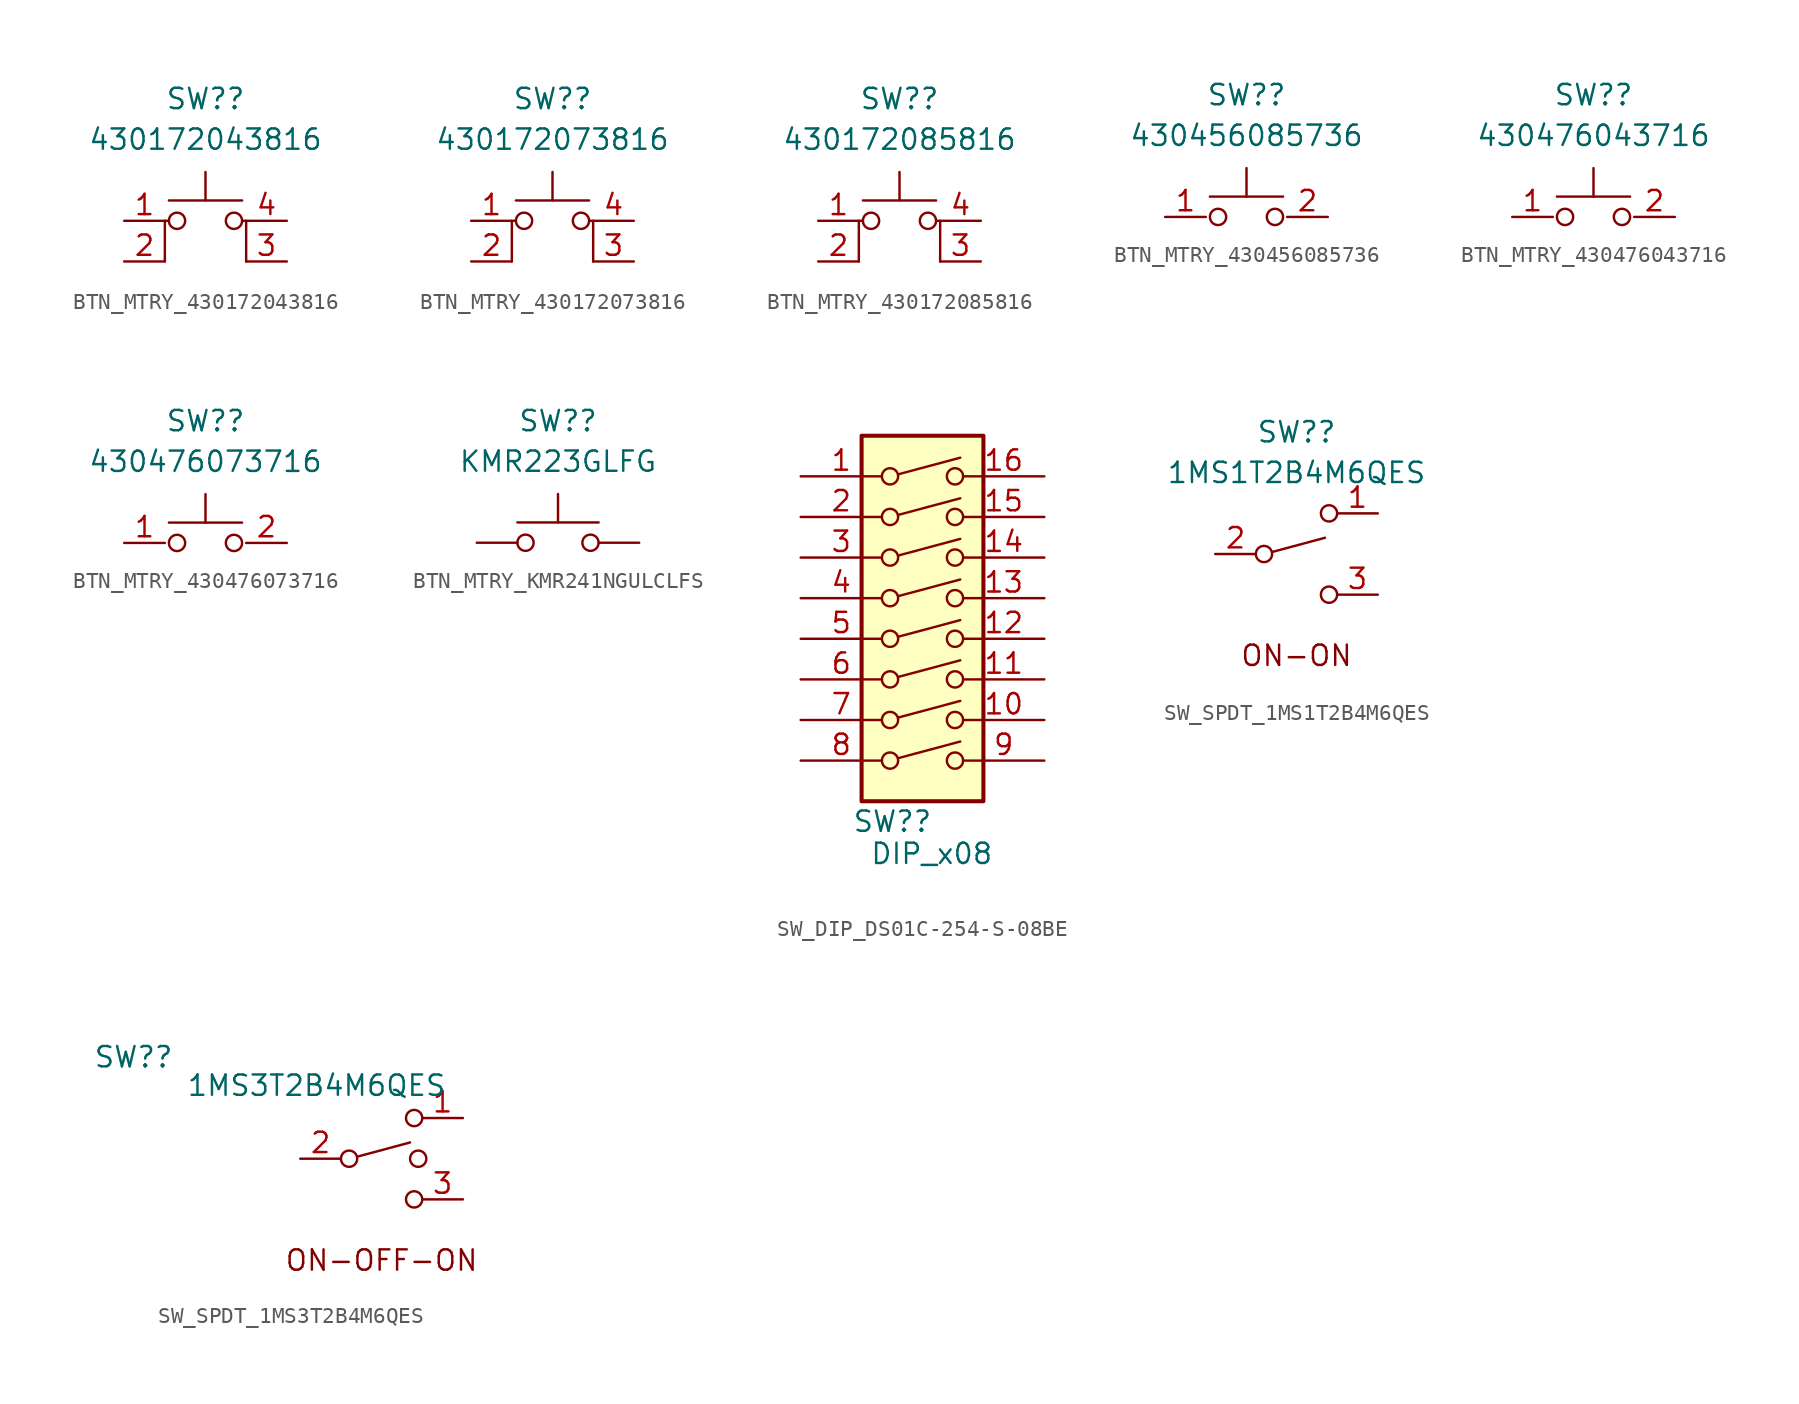
<source format=kicad_sym>
(kicad_symbol_lib
  (version 20231120)
  (generator "kicad_symbol_editor")
  (generator_version "8.0")
  (symbol "BTN_MTRY_430172043816"
    (property "Reference" "SW?"
      (at 0 8.89 0)
      (effects (font (size 1.27 1.27))))
    (property "Value" "430172043816"
      (at 0 6.35 0)
      (effects (font (size 1.27 1.27))))
    (symbol "BTN_MTRY_430172043816_0_1"
      (circle (center -1.778 1.27) (radius 0.508) (stroke (width 0) (type default)) (fill (type none)))
      (polyline (pts (xy -2.286 2.54) (xy 2.286 2.54)) (stroke (width 0) (type default)) (fill (type none)))
      (polyline (pts (xy 0 2.54) (xy 0 4.318)) (stroke (width 0) (type default)) (fill (type none)))
      (polyline (pts (xy -2.54 -1.27) (xy -2.54 1.27) (xy -2.286 1.27)) (stroke (width 0) (type default)) (fill (type none)))
      (polyline (pts (xy 2.54 -1.27) (xy 2.54 1.27) (xy 2.286 1.27)) (stroke (width 0) (type default)) (fill (type none)))
      (circle (center 1.778 1.27) (radius 0.508) (stroke (width 0) (type default)) (fill (type none))))
    (symbol "BTN_MTRY_430172043816_1_1"
      (pin passive line (at -5.08 1.27 0) (length 2.54) (name "" (effects (font (size 1.27 1.27)))) (number "1" (effects (font (size 1.27 1.27)))))
      (pin passive line (at -5.08 -1.27 0) (length 2.54) (name "" (effects (font (size 1.27 1.27)))) (number "2" (effects (font (size 1.27 1.27)))))
      (pin passive line (at 5.08 -1.27 180) (length 2.54) (name "" (effects (font (size 1.27 1.27)))) (number "3" (effects (font (size 1.27 1.27)))))
      (pin passive line (at 5.08 1.27 180) (length 2.54) (name "" (effects (font (size 1.27 1.27)))) (number "4" (effects (font (size 1.27 1.27)))))))
  (symbol "BTN_MTRY_430172073816"
    (property "Reference" "SW?"
      (at 0 8.89 0)
      (effects (font (size 1.27 1.27))))
    (property "Value" "430172073816"
      (at 0 6.35 0)
      (effects (font (size 1.27 1.27))))
    (symbol "BTN_MTRY_430172073816_0_1"
      (circle (center -1.778 1.27) (radius 0.508) (stroke (width 0) (type default)) (fill (type none)))
      (polyline (pts (xy -2.286 2.54) (xy 2.286 2.54)) (stroke (width 0) (type default)) (fill (type none)))
      (polyline (pts (xy 0 2.54) (xy 0 4.318)) (stroke (width 0) (type default)) (fill (type none)))
      (polyline (pts (xy -2.54 -1.27) (xy -2.54 1.27) (xy -2.286 1.27)) (stroke (width 0) (type default)) (fill (type none)))
      (polyline (pts (xy 2.54 -1.27) (xy 2.54 1.27) (xy 2.286 1.27)) (stroke (width 0) (type default)) (fill (type none)))
      (circle (center 1.778 1.27) (radius 0.508) (stroke (width 0) (type default)) (fill (type none))))
    (symbol "BTN_MTRY_430172073816_1_1"
      (pin passive line (at -5.08 1.27 0) (length 2.54) (name "" (effects (font (size 1.27 1.27)))) (number "1" (effects (font (size 1.27 1.27)))))
      (pin passive line (at -5.08 -1.27 0) (length 2.54) (name "" (effects (font (size 1.27 1.27)))) (number "2" (effects (font (size 1.27 1.27)))))
      (pin passive line (at 5.08 -1.27 180) (length 2.54) (name "" (effects (font (size 1.27 1.27)))) (number "3" (effects (font (size 1.27 1.27)))))
      (pin passive line (at 5.08 1.27 180) (length 2.54) (name "" (effects (font (size 1.27 1.27)))) (number "4" (effects (font (size 1.27 1.27)))))))
  (symbol "BTN_MTRY_430172085816"
    (property "Reference" "SW?"
      (at 0 8.89 0)
      (effects (font (size 1.27 1.27))))
    (property "Value" "430172085816"
      (at 0 6.35 0)
      (effects (font (size 1.27 1.27))))
    (symbol "BTN_MTRY_430172085816_0_1"
      (circle (center -1.778 1.27) (radius 0.508) (stroke (width 0) (type default)) (fill (type none)))
      (polyline (pts (xy -2.286 2.54) (xy 2.286 2.54)) (stroke (width 0) (type default)) (fill (type none)))
      (polyline (pts (xy 0 2.54) (xy 0 4.318)) (stroke (width 0) (type default)) (fill (type none)))
      (polyline (pts (xy -2.54 -1.27) (xy -2.54 1.27) (xy -2.286 1.27)) (stroke (width 0) (type default)) (fill (type none)))
      (polyline (pts (xy 2.54 -1.27) (xy 2.54 1.27) (xy 2.286 1.27)) (stroke (width 0) (type default)) (fill (type none)))
      (circle (center 1.778 1.27) (radius 0.508) (stroke (width 0) (type default)) (fill (type none))))
    (symbol "BTN_MTRY_430172085816_1_1"
      (pin passive line (at -5.08 1.27 0) (length 2.54) (name "" (effects (font (size 1.27 1.27)))) (number "1" (effects (font (size 1.27 1.27)))))
      (pin passive line (at -5.08 -1.27 0) (length 2.54) (name "" (effects (font (size 1.27 1.27)))) (number "2" (effects (font (size 1.27 1.27)))))
      (pin passive line (at 5.08 -1.27 180) (length 2.54) (name "" (effects (font (size 1.27 1.27)))) (number "3" (effects (font (size 1.27 1.27)))))
      (pin passive line (at 5.08 1.27 180) (length 2.54) (name "" (effects (font (size 1.27 1.27)))) (number "4" (effects (font (size 1.27 1.27)))))))
  (symbol "BTN_MTRY_430456085736"
    (property "Reference" "SW?"
      (at 0 8.89 0)
      (effects (font (size 1.27 1.27))))
    (property "Value" "430456085736"
      (at 0 6.35 0)
      (effects (font (size 1.27 1.27))))
    (symbol "BTN_MTRY_430456085736_0_1"
      (circle (center -1.778 1.27) (radius 0.508) (stroke (width 0) (type default)) (fill (type none)))
      (polyline (pts (xy -2.286 2.54) (xy 2.286 2.54)) (stroke (width 0) (type default)) (fill (type none)))
      (polyline (pts (xy 0 2.54) (xy 0 4.318)) (stroke (width 0) (type default)) (fill (type none)))
      (circle (center 1.778 1.27) (radius 0.508) (stroke (width 0) (type default)) (fill (type none))))
    (symbol "BTN_MTRY_430456085736_1_1"
      (pin passive line (at -5.08 1.27 0) (length 2.54) (name "" (effects (font (size 1.27 1.27)))) (number "1" (effects (font (size 1.27 1.27)))))
      (pin passive line (at 5.08 1.27 180) (length 2.54) (name "" (effects (font (size 1.27 1.27)))) (number "2" (effects (font (size 1.27 1.27)))))))
  (symbol "BTN_MTRY_430476043716"
    (property "Reference" "SW?"
      (at 0 8.89 0)
      (effects (font (size 1.27 1.27))))
    (property "Value" "430476043716"
      (at 0 6.35 0)
      (effects (font (size 1.27 1.27))))
    (symbol "BTN_MTRY_430476043716_0_1"
      (circle (center -1.778 1.27) (radius 0.508) (stroke (width 0) (type default)) (fill (type none)))
      (polyline (pts (xy -2.286 2.54) (xy 2.286 2.54)) (stroke (width 0) (type default)) (fill (type none)))
      (polyline (pts (xy 0 2.54) (xy 0 4.318)) (stroke (width 0) (type default)) (fill (type none)))
      (circle (center 1.778 1.27) (radius 0.508) (stroke (width 0) (type default)) (fill (type none))))
    (symbol "BTN_MTRY_430476043716_1_1"
      (pin passive line (at -5.08 1.27 0) (length 2.54) (name "" (effects (font (size 1.27 1.27)))) (number "1" (effects (font (size 1.27 1.27)))))
      (pin passive line (at 5.08 1.27 180) (length 2.54) (name "" (effects (font (size 1.27 1.27)))) (number "2" (effects (font (size 1.27 1.27)))))))
  (symbol "BTN_MTRY_430476073716"
    (property "Reference" "SW?"
      (at 0 8.89 0)
      (effects (font (size 1.27 1.27))))
    (property "Value" "430476073716"
      (at 0 6.35 0)
      (effects (font (size 1.27 1.27))))
    (symbol "BTN_MTRY_430476073716_0_1"
      (circle (center -1.778 1.27) (radius 0.508) (stroke (width 0) (type default)) (fill (type none)))
      (polyline (pts (xy -2.286 2.54) (xy 2.286 2.54)) (stroke (width 0) (type default)) (fill (type none)))
      (polyline (pts (xy 0 2.54) (xy 0 4.318)) (stroke (width 0) (type default)) (fill (type none)))
      (circle (center 1.778 1.27) (radius 0.508) (stroke (width 0) (type default)) (fill (type none))))
    (symbol "BTN_MTRY_430476073716_1_1"
      (pin passive line (at -5.08 1.27 0) (length 2.54) (name "" (effects (font (size 1.27 1.27)))) (number "1" (effects (font (size 1.27 1.27)))))
      (pin passive line (at 5.08 1.27 180) (length 2.54) (name "" (effects (font (size 1.27 1.27)))) (number "2" (effects (font (size 1.27 1.27)))))))
  (symbol "BTN_MTRY_KMR241NGULCLFS"
    (pin_numbers hide)
    (pin_names
      (offset 1.016) hide)
    (property "Reference" "SW?"
      (at 0 7.62 0)
      (effects (font (size 1.27 1.27))))
    (property "Value" "KMR223GLFG"
      (at 0 5.08 0)
      (effects (font (size 1.27 1.27))))
    (symbol "BTN_MTRY_KMR241NGULCLFS_0_1"
      (circle (center -2.032 0) (radius 0.508) (stroke (width 0) (type default)) (fill (type none)))
      (polyline (pts (xy 0 1.27) (xy 0 3.048)) (stroke (width 0) (type default)) (fill (type none)))
      (polyline (pts (xy 2.54 1.27) (xy -2.54 1.27)) (stroke (width 0) (type default)) (fill (type none)))
      (circle (center 2.032 0) (radius 0.508) (stroke (width 0) (type default)) (fill (type none)))
      (pin passive line (at -5.08 0 0) (length 2.54) (name "1" (effects (font (size 1.27 1.27)))) (number "1" (effects (font (size 1.27 1.27)))))
      (pin passive line (at 5.08 0 180) (length 2.54) (name "2" (effects (font (size 1.27 1.27)))) (number "2" (effects (font (size 1.27 1.27)))))))
  (symbol "SW_DIP_DS01C-254-S-08BE"
    (pin_names
      (offset 0) hide)
    (property "Reference" "SW?"
      (at 0.635 -11.43 0)
      (effects (font (size 1.27 1.27)) (justify right)))
    (property "Value" "DIP_x08"
      (at -3.302 -12.7 0)
      (effects (font (size 1.27 1.27)) (justify left top)))
    (symbol "SW_DIP_DS01C-254-S-08BE_0_0"
      (circle (center -2.032 -7.62) (radius 0.508) (stroke (width 0) (type default)) (fill (type none)))
      (circle (center -2.032 -5.08) (radius 0.508) (stroke (width 0) (type default)) (fill (type none)))
      (circle (center -2.032 -2.54) (radius 0.508) (stroke (width 0) (type default)) (fill (type none)))
      (circle (center -2.032 0) (radius 0.508) (stroke (width 0) (type default)) (fill (type none)))
      (circle (center -2.032 2.54) (radius 0.508) (stroke (width 0) (type default)) (fill (type none)))
      (circle (center -2.032 5.08) (radius 0.508) (stroke (width 0) (type default)) (fill (type none)))
      (circle (center -2.032 7.62) (radius 0.508) (stroke (width 0) (type default)) (fill (type none)))
      (circle (center -2.032 10.16) (radius 0.508) (stroke (width 0) (type default)) (fill (type none)))
      (polyline (pts (xy -1.524 -7.468) (xy 2.362 -6.426)) (stroke (width 0) (type default)) (fill (type none)))
      (polyline (pts (xy -1.524 -4.928) (xy 2.362 -3.886)) (stroke (width 0) (type default)) (fill (type none)))
      (polyline (pts (xy -1.524 -2.388) (xy 2.362 -1.346)) (stroke (width 0) (type default)) (fill (type none)))
      (polyline (pts (xy -1.524 0.127) (xy 2.362 1.168)) (stroke (width 0) (type default)) (fill (type none)))
      (polyline (pts (xy -1.524 2.667) (xy 2.362 3.708)) (stroke (width 0) (type default)) (fill (type none)))
      (polyline (pts (xy -1.524 5.207) (xy 2.362 6.248)) (stroke (width 0) (type default)) (fill (type none)))
      (polyline (pts (xy -1.524 7.747) (xy 2.362 8.788)) (stroke (width 0) (type default)) (fill (type none)))
      (polyline (pts (xy -1.524 10.287) (xy 2.362 11.328)) (stroke (width 0) (type default)) (fill (type none)))
      (circle (center 2.032 -7.62) (radius 0.508) (stroke (width 0) (type default)) (fill (type none)))
      (circle (center 2.032 -5.08) (radius 0.508) (stroke (width 0) (type default)) (fill (type none)))
      (circle (center 2.032 -2.54) (radius 0.508) (stroke (width 0) (type default)) (fill (type none)))
      (circle (center 2.032 0) (radius 0.508) (stroke (width 0) (type default)) (fill (type none)))
      (circle (center 2.032 2.54) (radius 0.508) (stroke (width 0) (type default)) (fill (type none)))
      (circle (center 2.032 5.08) (radius 0.508) (stroke (width 0) (type default)) (fill (type none)))
      (circle (center 2.032 7.62) (radius 0.508) (stroke (width 0) (type default)) (fill (type none)))
      (circle (center 2.032 10.16) (radius 0.508) (stroke (width 0) (type default)) (fill (type none))))
    (symbol "SW_DIP_DS01C-254-S-08BE_0_1"
      (rectangle (start -3.81 12.7) (end 3.81 -10.16) (stroke (width 0.254) (type default)) (fill (type background))))
    (symbol "SW_DIP_DS01C-254-S-08BE_1_1"
      (pin passive line (at -7.62 10.16 0) (length 5.08) (name "~" (effects (font (size 1.27 1.27)))) (number "1" (effects (font (size 1.27 1.27)))))
      (pin passive line (at 7.62 -5.08 180) (length 5.08) (name "~" (effects (font (size 1.27 1.27)))) (number "10" (effects (font (size 1.27 1.27)))))
      (pin passive line (at 7.62 -2.54 180) (length 5.08) (name "~" (effects (font (size 1.27 1.27)))) (number "11" (effects (font (size 1.27 1.27)))))
      (pin passive line (at 7.62 0 180) (length 5.08) (name "~" (effects (font (size 1.27 1.27)))) (number "12" (effects (font (size 1.27 1.27)))))
      (pin passive line (at 7.62 2.54 180) (length 5.08) (name "~" (effects (font (size 1.27 1.27)))) (number "13" (effects (font (size 1.27 1.27)))))
      (pin passive line (at 7.62 5.08 180) (length 5.08) (name "~" (effects (font (size 1.27 1.27)))) (number "14" (effects (font (size 1.27 1.27)))))
      (pin passive line (at 7.62 7.62 180) (length 5.08) (name "~" (effects (font (size 1.27 1.27)))) (number "15" (effects (font (size 1.27 1.27)))))
      (pin passive line (at 7.62 10.16 180) (length 5.08) (name "~" (effects (font (size 1.27 1.27)))) (number "16" (effects (font (size 1.27 1.27)))))
      (pin passive line (at -7.62 7.62 0) (length 5.08) (name "~" (effects (font (size 1.27 1.27)))) (number "2" (effects (font (size 1.27 1.27)))))
      (pin passive line (at -7.62 5.08 0) (length 5.08) (name "~" (effects (font (size 1.27 1.27)))) (number "3" (effects (font (size 1.27 1.27)))))
      (pin passive line (at -7.62 2.54 0) (length 5.08) (name "~" (effects (font (size 1.27 1.27)))) (number "4" (effects (font (size 1.27 1.27)))))
      (pin passive line (at -7.62 0 0) (length 5.08) (name "~" (effects (font (size 1.27 1.27)))) (number "5" (effects (font (size 1.27 1.27)))))
      (pin passive line (at -7.62 -2.54 0) (length 5.08) (name "~" (effects (font (size 1.27 1.27)))) (number "6" (effects (font (size 1.27 1.27)))))
      (pin passive line (at -7.62 -5.08 0) (length 5.08) (name "~" (effects (font (size 1.27 1.27)))) (number "7" (effects (font (size 1.27 1.27)))))
      (pin passive line (at -7.62 -7.62 0) (length 5.08) (name "~" (effects (font (size 1.27 1.27)))) (number "8" (effects (font (size 1.27 1.27)))))
      (pin passive line (at 7.62 -7.62 180) (length 5.08) (name "~" (effects (font (size 1.27 1.27)))) (number "9" (effects (font (size 1.27 1.27)))))))
  (symbol "SW_SPDT_1MS1T2B4M6QES"
    (pin_names
      (offset 0) hide)
    (property "Reference" "SW?"
      (at 0 7.62 0)
      (effects (font (size 1.27 1.27))))
    (property "Value" "1MS1T2B4M6QES"
      (at 0 5.08 0)
      (effects (font (size 1.27 1.27))))
    (symbol "SW_SPDT_1MS1T2B4M6QES_0_0"
      (circle (center -2.032 0) (radius 0.508) (stroke (width 0) (type default)) (fill (type none)))
      (polyline (pts (xy -1.524 0.127) (xy 1.778 1.016)) (stroke (width 0) (type default)) (fill (type none)))
      (circle (center 2.032 -2.54) (radius 0.508) (stroke (width 0) (type default)) (fill (type none))))
    (symbol "SW_SPDT_1MS1T2B4M6QES_0_1"
      (circle (center 2.032 2.54) (radius 0.508) (stroke (width 0) (type default)) (fill (type none))))
    (symbol "SW_SPDT_1MS1T2B4M6QES_1_1"
      (text "ON-ON\n" (at 0 -6.35 0) (effects (font (size 1.27 1.27))))
      (pin passive line (at 5.08 2.54 180) (length 2.54) (name "1" (effects (font (size 1.27 1.27)))) (number "1" (effects (font (size 1.27 1.27)))))
      (pin passive line (at -5.08 0 0) (length 2.54) (name "2" (effects (font (size 1.27 1.27)))) (number "2" (effects (font (size 1.27 1.27)))))
      (pin passive line (at 5.08 -2.54 180) (length 2.54) (name "3" (effects (font (size 1.27 1.27)))) (number "3" (effects (font (size 1.27 1.27)))))))
  (symbol "SW_SPDT_1MS3T2B4M6QES"
    (pin_names
      (offset 0) hide)
    (property "Reference" "SW?"
      (at -15.494 6.35 0)
      (effects (font (size 1.27 1.27))))
    (property "Value" "1MS3T2B4M6QES"
      (at -4.064 4.572 0)
      (effects (font (size 1.27 1.27))))
    (symbol "SW_SPDT_1MS3T2B4M6QES_0_0"
      (circle (center -2.032 0) (radius 0.508) (stroke (width 0) (type default)) (fill (type none)))
      (polyline (pts (xy -1.524 0.127) (xy 1.778 1.016)) (stroke (width 0) (type default)) (fill (type none)))
      (circle (center 2.032 -2.54) (radius 0.508) (stroke (width 0) (type default)) (fill (type none))))
    (symbol "SW_SPDT_1MS3T2B4M6QES_0_1"
      (circle (center 2.032 2.54) (radius 0.508) (stroke (width 0) (type default)) (fill (type none)))
      (circle (center 2.286 0) (radius 0.508) (stroke (width 0) (type default)) (fill (type none))))
    (symbol "SW_SPDT_1MS3T2B4M6QES_1_1"
      (text "ON-OFF-ON\n" (at 0 -6.35 0) (effects (font (size 1.27 1.27))))
      (pin passive line (at 5.08 2.54 180) (length 2.54) (name "1" (effects (font (size 1.27 1.27)))) (number "1" (effects (font (size 1.27 1.27)))))
      (pin passive line (at -5.08 0 0) (length 2.54) (name "2" (effects (font (size 1.27 1.27)))) (number "2" (effects (font (size 1.27 1.27)))))
      (pin passive line (at 5.08 -2.54 180) (length 2.54) (name "3" (effects (font (size 1.27 1.27)))) (number "3" (effects (font (size 1.27 1.27))))))))
</source>
